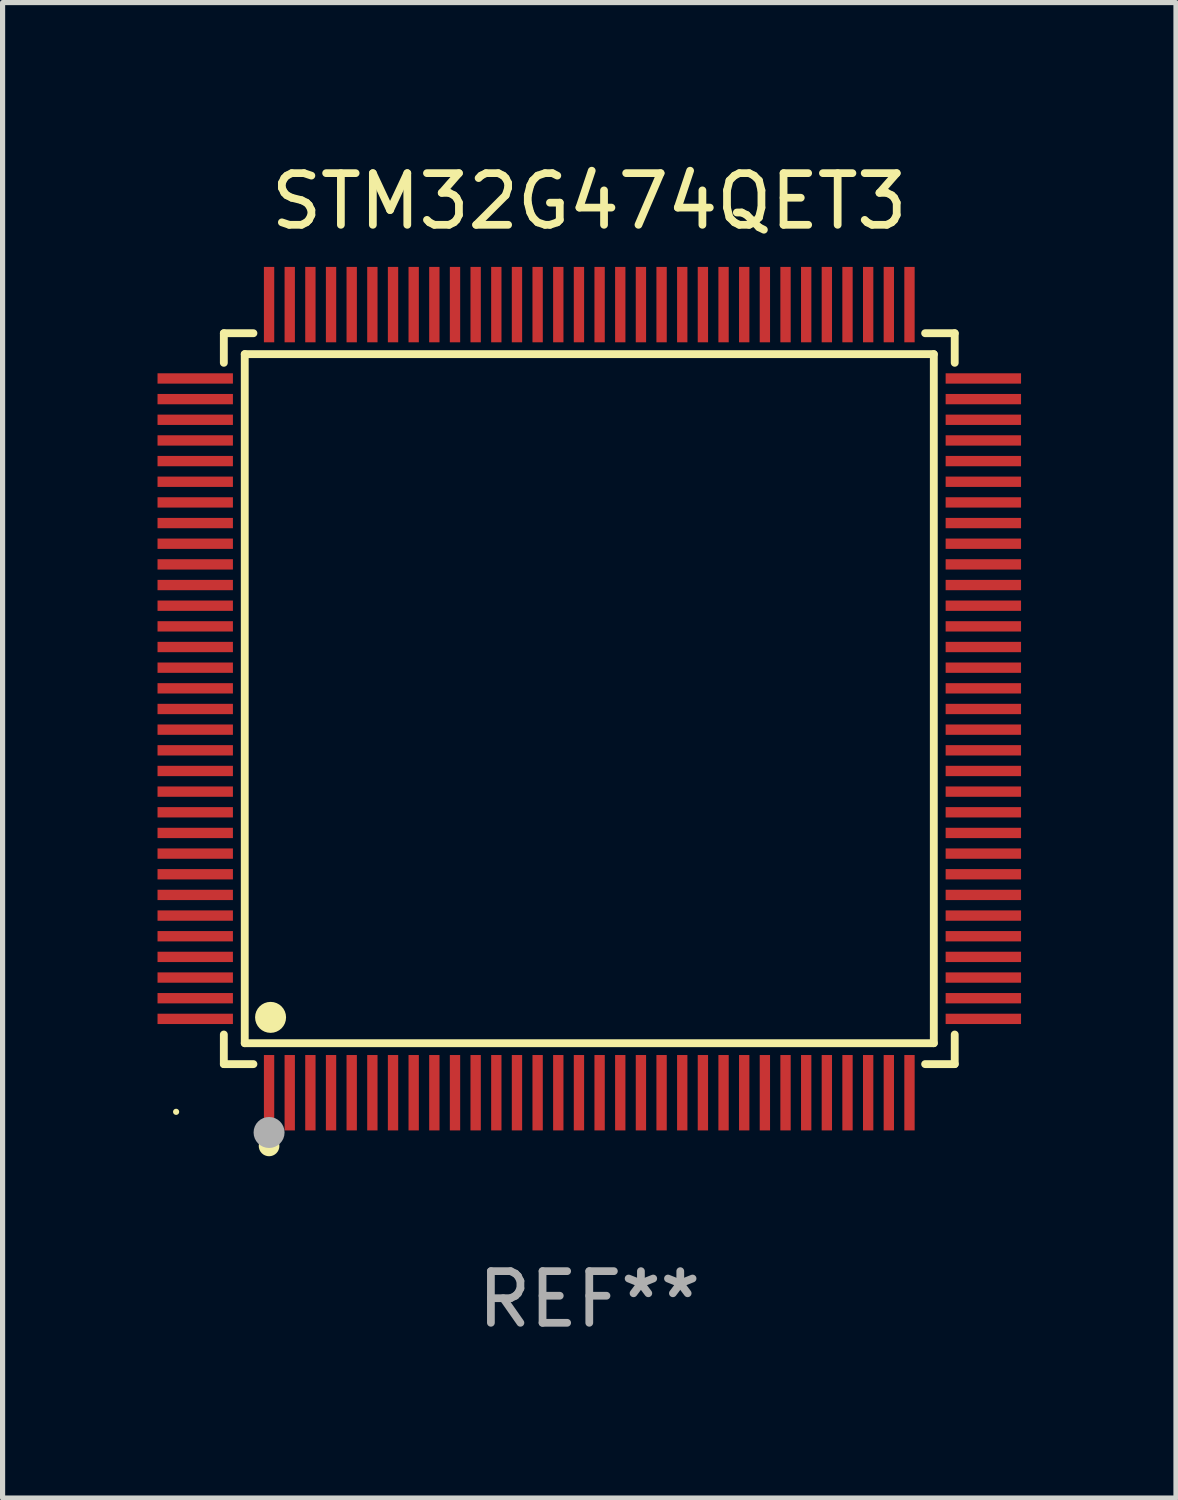
<source format=kicad_pcb>
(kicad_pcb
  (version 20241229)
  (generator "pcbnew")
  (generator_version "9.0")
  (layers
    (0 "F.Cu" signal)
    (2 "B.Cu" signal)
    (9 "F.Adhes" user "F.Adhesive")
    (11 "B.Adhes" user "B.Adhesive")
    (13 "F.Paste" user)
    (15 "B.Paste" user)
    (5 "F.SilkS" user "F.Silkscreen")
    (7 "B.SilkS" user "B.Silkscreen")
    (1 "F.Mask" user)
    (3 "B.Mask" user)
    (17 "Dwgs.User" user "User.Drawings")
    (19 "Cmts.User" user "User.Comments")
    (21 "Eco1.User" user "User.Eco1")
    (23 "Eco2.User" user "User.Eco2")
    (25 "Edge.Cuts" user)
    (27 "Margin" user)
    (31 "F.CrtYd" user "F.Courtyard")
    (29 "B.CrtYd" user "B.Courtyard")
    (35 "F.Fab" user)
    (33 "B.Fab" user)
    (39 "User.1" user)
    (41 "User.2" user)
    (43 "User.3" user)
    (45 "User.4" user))
  (footprint "STM32G474QET3"
    (layer "F.Cu")
    (at 8.36 10.478)
    (property "Reference" "STM32G474QET3" (at 0 -9.63 0) (layer "F.SilkS") (effects (font (size 1 1) (thickness 0.15))))
    (attr through_hole)
    (fp_line (start -7.076 -7.076) (end -6.503 -7.076) (stroke (width 0.152) (type solid)) (layer "F.SilkS"))
    (fp_line (start -7.076 -6.503) (end -7.076 -7.076) (stroke (width 0.152) (type solid)) (layer "F.SilkS"))
    (fp_line (start -7.076 6.503) (end -7.076 7.076) (stroke (width 0.152) (type solid)) (layer "F.SilkS"))
    (fp_line (start -7.076 7.076) (end -6.503 7.076) (stroke (width 0.152) (type solid)) (layer "F.SilkS"))
    (fp_line (start -6.671 -6.671) (end 6.671 -6.671) (stroke (width 0.152) (type solid)) (layer "F.SilkS"))
    (fp_line (start -6.671 6.671) (end -6.671 -6.671) (stroke (width 0.152) (type solid)) (layer "F.SilkS"))
    (fp_line (start 6.671 -6.671) (end 6.671 6.671) (stroke (width 0.152) (type solid)) (layer "F.SilkS"))
    (fp_line (start 6.671 6.671) (end -6.671 6.671) (stroke (width 0.152) (type solid)) (layer "F.SilkS"))
    (fp_line (start 7.076 -7.076) (end 6.503 -7.076) (stroke (width 0.152) (type solid)) (layer "F.SilkS"))
    (fp_line (start 7.076 -6.503) (end 7.076 -7.076) (stroke (width 0.152) (type solid)) (layer "F.SilkS"))
    (fp_line (start 7.076 6.503) (end 7.076 7.076) (stroke (width 0.152) (type solid)) (layer "F.SilkS"))
    (fp_line (start 7.076 7.076) (end 6.503 7.076) (stroke (width 0.152) (type solid)) (layer "F.SilkS"))
    (fp_circle (center -8 8) (end -7.97 8) (stroke (width 0.06) (type solid)) (fill no) (layer "F.SilkS"))
    (fp_circle (center -6.2 8.66) (end -6.1 8.66) (stroke (width 0.2) (type solid)) (fill no) (layer "F.SilkS"))
    (fp_circle (center -6.171 6.171) (end -6.021 6.171) (stroke (width 0.3) (type solid)) (fill no) (layer "F.SilkS"))
    (fp_circle (center -6.2 8.4) (end -6.05 8.4) (stroke (width 0.3) (type solid)) (fill no) (layer "F.Fab"))
    (fp_text user "REF**" (at 0 11.63 0) (layer "F.Fab") (effects (font (size 1 1) (thickness 0.15))))
    (pad "1" smd rect (at -6.2 7.63) (size 0.2 1.46) (layers "F.Cu" "F.Mask" "F.Paste"))
    (pad "2" smd rect (at -5.8 7.63) (size 0.2 1.46) (layers "F.Cu" "F.Mask" "F.Paste"))
    (pad "3" smd rect (at -5.4 7.63) (size 0.2 1.46) (layers "F.Cu" "F.Mask" "F.Paste"))
    (pad "4" smd rect (at -5 7.63) (size 0.2 1.46) (layers "F.Cu" "F.Mask" "F.Paste"))
    (pad "5" smd rect (at -4.6 7.63) (size 0.2 1.46) (layers "F.Cu" "F.Mask" "F.Paste"))
    (pad "6" smd rect (at -4.2 7.63) (size 0.2 1.46) (layers "F.Cu" "F.Mask" "F.Paste"))
    (pad "7" smd rect (at -3.8 7.63) (size 0.2 1.46) (layers "F.Cu" "F.Mask" "F.Paste"))
    (pad "8" smd rect (at -3.4 7.63) (size 0.2 1.46) (layers "F.Cu" "F.Mask" "F.Paste"))
    (pad "9" smd rect (at -3 7.63) (size 0.2 1.46) (layers "F.Cu" "F.Mask" "F.Paste"))
    (pad "10" smd rect (at -2.6 7.63) (size 0.2 1.46) (layers "F.Cu" "F.Mask" "F.Paste"))
    (pad "11" smd rect (at -2.2 7.63) (size 0.2 1.46) (layers "F.Cu" "F.Mask" "F.Paste"))
    (pad "12" smd rect (at -1.8 7.63) (size 0.2 1.46) (layers "F.Cu" "F.Mask" "F.Paste"))
    (pad "13" smd rect (at -1.4 7.63) (size 0.2 1.46) (layers "F.Cu" "F.Mask" "F.Paste"))
    (pad "14" smd rect (at -1 7.63) (size 0.2 1.46) (layers "F.Cu" "F.Mask" "F.Paste"))
    (pad "15" smd rect (at -0.6 7.63) (size 0.2 1.46) (layers "F.Cu" "F.Mask" "F.Paste"))
    (pad "16" smd rect (at -0.2 7.63) (size 0.2 1.46) (layers "F.Cu" "F.Mask" "F.Paste"))
    (pad "17" smd rect (at 0.2 7.63) (size 0.2 1.46) (layers "F.Cu" "F.Mask" "F.Paste"))
    (pad "18" smd rect (at 0.6 7.63) (size 0.2 1.46) (layers "F.Cu" "F.Mask" "F.Paste"))
    (pad "19" smd rect (at 1 7.63) (size 0.2 1.46) (layers "F.Cu" "F.Mask" "F.Paste"))
    (pad "20" smd rect (at 1.4 7.63) (size 0.2 1.46) (layers "F.Cu" "F.Mask" "F.Paste"))
    (pad "21" smd rect (at 1.8 7.63) (size 0.2 1.46) (layers "F.Cu" "F.Mask" "F.Paste"))
    (pad "22" smd rect (at 2.2 7.63) (size 0.2 1.46) (layers "F.Cu" "F.Mask" "F.Paste"))
    (pad "23" smd rect (at 2.6 7.63) (size 0.2 1.46) (layers "F.Cu" "F.Mask" "F.Paste"))
    (pad "24" smd rect (at 3 7.63) (size 0.2 1.46) (layers "F.Cu" "F.Mask" "F.Paste"))
    (pad "25" smd rect (at 3.4 7.63) (size 0.2 1.46) (layers "F.Cu" "F.Mask" "F.Paste"))
    (pad "26" smd rect (at 3.8 7.63) (size 0.2 1.46) (layers "F.Cu" "F.Mask" "F.Paste"))
    (pad "27" smd rect (at 4.2 7.63) (size 0.2 1.46) (layers "F.Cu" "F.Mask" "F.Paste"))
    (pad "28" smd rect (at 4.6 7.63) (size 0.2 1.46) (layers "F.Cu" "F.Mask" "F.Paste"))
    (pad "29" smd rect (at 5 7.63) (size 0.2 1.46) (layers "F.Cu" "F.Mask" "F.Paste"))
    (pad "30" smd rect (at 5.4 7.63) (size 0.2 1.46) (layers "F.Cu" "F.Mask" "F.Paste"))
    (pad "31" smd rect (at 5.8 7.63) (size 0.2 1.46) (layers "F.Cu" "F.Mask" "F.Paste"))
    (pad "32" smd rect (at 6.2 7.63) (size 0.2 1.46) (layers "F.Cu" "F.Mask" "F.Paste"))
    (pad "33" smd rect (at 7.63 6.2) (size 1.46 0.2) (layers "F.Cu" "F.Mask" "F.Paste"))
    (pad "34" smd rect (at 7.63 5.8) (size 1.46 0.2) (layers "F.Cu" "F.Mask" "F.Paste"))
    (pad "35" smd rect (at 7.63 5.4) (size 1.46 0.2) (layers "F.Cu" "F.Mask" "F.Paste"))
    (pad "36" smd rect (at 7.63 5) (size 1.46 0.2) (layers "F.Cu" "F.Mask" "F.Paste"))
    (pad "37" smd rect (at 7.63 4.6) (size 1.46 0.2) (layers "F.Cu" "F.Mask" "F.Paste"))
    (pad "38" smd rect (at 7.63 4.2) (size 1.46 0.2) (layers "F.Cu" "F.Mask" "F.Paste"))
    (pad "39" smd rect (at 7.63 3.8) (size 1.46 0.2) (layers "F.Cu" "F.Mask" "F.Paste"))
    (pad "40" smd rect (at 7.63 3.4) (size 1.46 0.2) (layers "F.Cu" "F.Mask" "F.Paste"))
    (pad "41" smd rect (at 7.63 3) (size 1.46 0.2) (layers "F.Cu" "F.Mask" "F.Paste"))
    (pad "42" smd rect (at 7.63 2.6) (size 1.46 0.2) (layers "F.Cu" "F.Mask" "F.Paste"))
    (pad "43" smd rect (at 7.63 2.2) (size 1.46 0.2) (layers "F.Cu" "F.Mask" "F.Paste"))
    (pad "44" smd rect (at 7.63 1.8) (size 1.46 0.2) (layers "F.Cu" "F.Mask" "F.Paste"))
    (pad "45" smd rect (at 7.63 1.4) (size 1.46 0.2) (layers "F.Cu" "F.Mask" "F.Paste"))
    (pad "46" smd rect (at 7.63 1) (size 1.46 0.2) (layers "F.Cu" "F.Mask" "F.Paste"))
    (pad "47" smd rect (at 7.63 0.6) (size 1.46 0.2) (layers "F.Cu" "F.Mask" "F.Paste"))
    (pad "48" smd rect (at 7.63 0.2) (size 1.46 0.2) (layers "F.Cu" "F.Mask" "F.Paste"))
    (pad "49" smd rect (at 7.63 -0.2) (size 1.46 0.2) (layers "F.Cu" "F.Mask" "F.Paste"))
    (pad "50" smd rect (at 7.63 -0.6) (size 1.46 0.2) (layers "F.Cu" "F.Mask" "F.Paste"))
    (pad "51" smd rect (at 7.63 -1) (size 1.46 0.2) (layers "F.Cu" "F.Mask" "F.Paste"))
    (pad "52" smd rect (at 7.63 -1.4) (size 1.46 0.2) (layers "F.Cu" "F.Mask" "F.Paste"))
    (pad "53" smd rect (at 7.63 -1.8) (size 1.46 0.2) (layers "F.Cu" "F.Mask" "F.Paste"))
    (pad "54" smd rect (at 7.63 -2.2) (size 1.46 0.2) (layers "F.Cu" "F.Mask" "F.Paste"))
    (pad "55" smd rect (at 7.63 -2.6) (size 1.46 0.2) (layers "F.Cu" "F.Mask" "F.Paste"))
    (pad "56" smd rect (at 7.63 -3) (size 1.46 0.2) (layers "F.Cu" "F.Mask" "F.Paste"))
    (pad "57" smd rect (at 7.63 -3.4) (size 1.46 0.2) (layers "F.Cu" "F.Mask" "F.Paste"))
    (pad "58" smd rect (at 7.63 -3.8) (size 1.46 0.2) (layers "F.Cu" "F.Mask" "F.Paste"))
    (pad "59" smd rect (at 7.63 -4.2) (size 1.46 0.2) (layers "F.Cu" "F.Mask" "F.Paste"))
    (pad "60" smd rect (at 7.63 -4.6) (size 1.46 0.2) (layers "F.Cu" "F.Mask" "F.Paste"))
    (pad "61" smd rect (at 7.63 -5) (size 1.46 0.2) (layers "F.Cu" "F.Mask" "F.Paste"))
    (pad "62" smd rect (at 7.63 -5.4) (size 1.46 0.2) (layers "F.Cu" "F.Mask" "F.Paste"))
    (pad "63" smd rect (at 7.63 -5.8) (size 1.46 0.2) (layers "F.Cu" "F.Mask" "F.Paste"))
    (pad "64" smd rect (at 7.63 -6.2) (size 1.46 0.2) (layers "F.Cu" "F.Mask" "F.Paste"))
    (pad "65" smd rect (at 6.2 -7.63) (size 0.2 1.46) (layers "F.Cu" "F.Mask" "F.Paste"))
    (pad "66" smd rect (at 5.8 -7.63) (size 0.2 1.46) (layers "F.Cu" "F.Mask" "F.Paste"))
    (pad "67" smd rect (at 5.4 -7.63) (size 0.2 1.46) (layers "F.Cu" "F.Mask" "F.Paste"))
    (pad "68" smd rect (at 5 -7.63) (size 0.2 1.46) (layers "F.Cu" "F.Mask" "F.Paste"))
    (pad "69" smd rect (at 4.6 -7.63) (size 0.2 1.46) (layers "F.Cu" "F.Mask" "F.Paste"))
    (pad "70" smd rect (at 4.2 -7.63) (size 0.2 1.46) (layers "F.Cu" "F.Mask" "F.Paste"))
    (pad "71" smd rect (at 3.8 -7.63) (size 0.2 1.46) (layers "F.Cu" "F.Mask" "F.Paste"))
    (pad "72" smd rect (at 3.4 -7.63) (size 0.2 1.46) (layers "F.Cu" "F.Mask" "F.Paste"))
    (pad "73" smd rect (at 3 -7.63) (size 0.2 1.46) (layers "F.Cu" "F.Mask" "F.Paste"))
    (pad "74" smd rect (at 2.6 -7.63) (size 0.2 1.46) (layers "F.Cu" "F.Mask" "F.Paste"))
    (pad "75" smd rect (at 2.2 -7.63) (size 0.2 1.46) (layers "F.Cu" "F.Mask" "F.Paste"))
    (pad "76" smd rect (at 1.8 -7.63) (size 0.2 1.46) (layers "F.Cu" "F.Mask" "F.Paste"))
    (pad "77" smd rect (at 1.4 -7.63) (size 0.2 1.46) (layers "F.Cu" "F.Mask" "F.Paste"))
    (pad "78" smd rect (at 1 -7.63) (size 0.2 1.46) (layers "F.Cu" "F.Mask" "F.Paste"))
    (pad "79" smd rect (at 0.6 -7.63) (size 0.2 1.46) (layers "F.Cu" "F.Mask" "F.Paste"))
    (pad "80" smd rect (at 0.2 -7.63) (size 0.2 1.46) (layers "F.Cu" "F.Mask" "F.Paste"))
    (pad "81" smd rect (at -0.2 -7.63) (size 0.2 1.46) (layers "F.Cu" "F.Mask" "F.Paste"))
    (pad "82" smd rect (at -0.6 -7.63) (size 0.2 1.46) (layers "F.Cu" "F.Mask" "F.Paste"))
    (pad "83" smd rect (at -1 -7.63) (size 0.2 1.46) (layers "F.Cu" "F.Mask" "F.Paste"))
    (pad "84" smd rect (at -1.4 -7.63) (size 0.2 1.46) (layers "F.Cu" "F.Mask" "F.Paste"))
    (pad "85" smd rect (at -1.8 -7.63) (size 0.2 1.46) (layers "F.Cu" "F.Mask" "F.Paste"))
    (pad "86" smd rect (at -2.2 -7.63) (size 0.2 1.46) (layers "F.Cu" "F.Mask" "F.Paste"))
    (pad "87" smd rect (at -2.6 -7.63) (size 0.2 1.46) (layers "F.Cu" "F.Mask" "F.Paste"))
    (pad "88" smd rect (at -3 -7.63) (size 0.2 1.46) (layers "F.Cu" "F.Mask" "F.Paste"))
    (pad "89" smd rect (at -3.4 -7.63) (size 0.2 1.46) (layers "F.Cu" "F.Mask" "F.Paste"))
    (pad "90" smd rect (at -3.8 -7.63) (size 0.2 1.46) (layers "F.Cu" "F.Mask" "F.Paste"))
    (pad "91" smd rect (at -4.2 -7.63) (size 0.2 1.46) (layers "F.Cu" "F.Mask" "F.Paste"))
    (pad "92" smd rect (at -4.6 -7.63) (size 0.2 1.46) (layers "F.Cu" "F.Mask" "F.Paste"))
    (pad "93" smd rect (at -5 -7.63) (size 0.2 1.46) (layers "F.Cu" "F.Mask" "F.Paste"))
    (pad "94" smd rect (at -5.4 -7.63) (size 0.2 1.46) (layers "F.Cu" "F.Mask" "F.Paste"))
    (pad "95" smd rect (at -5.8 -7.63) (size 0.2 1.46) (layers "F.Cu" "F.Mask" "F.Paste"))
    (pad "96" smd rect (at -6.2 -7.63) (size 0.2 1.46) (layers "F.Cu" "F.Mask" "F.Paste"))
    (pad "97" smd rect (at -7.63 -6.2) (size 1.46 0.2) (layers "F.Cu" "F.Mask" "F.Paste"))
    (pad "98" smd rect (at -7.63 -5.8) (size 1.46 0.2) (layers "F.Cu" "F.Mask" "F.Paste"))
    (pad "99" smd rect (at -7.63 -5.4) (size 1.46 0.2) (layers "F.Cu" "F.Mask" "F.Paste"))
    (pad "100" smd rect (at -7.63 -5) (size 1.46 0.2) (layers "F.Cu" "F.Mask" "F.Paste"))
    (pad "101" smd rect (at -7.63 -4.6) (size 1.46 0.2) (layers "F.Cu" "F.Mask" "F.Paste"))
    (pad "102" smd rect (at -7.63 -4.2) (size 1.46 0.2) (layers "F.Cu" "F.Mask" "F.Paste"))
    (pad "103" smd rect (at -7.63 -3.8) (size 1.46 0.2) (layers "F.Cu" "F.Mask" "F.Paste"))
    (pad "104" smd rect (at -7.63 -3.4) (size 1.46 0.2) (layers "F.Cu" "F.Mask" "F.Paste"))
    (pad "105" smd rect (at -7.63 -3) (size 1.46 0.2) (layers "F.Cu" "F.Mask" "F.Paste"))
    (pad "106" smd rect (at -7.63 -2.6) (size 1.46 0.2) (layers "F.Cu" "F.Mask" "F.Paste"))
    (pad "107" smd rect (at -7.63 -2.2) (size 1.46 0.2) (layers "F.Cu" "F.Mask" "F.Paste"))
    (pad "108" smd rect (at -7.63 -1.8) (size 1.46 0.2) (layers "F.Cu" "F.Mask" "F.Paste"))
    (pad "109" smd rect (at -7.63 -1.4) (size 1.46 0.2) (layers "F.Cu" "F.Mask" "F.Paste"))
    (pad "110" smd rect (at -7.63 -1) (size 1.46 0.2) (layers "F.Cu" "F.Mask" "F.Paste"))
    (pad "111" smd rect (at -7.63 -0.6) (size 1.46 0.2) (layers "F.Cu" "F.Mask" "F.Paste"))
    (pad "112" smd rect (at -7.63 -0.2) (size 1.46 0.2) (layers "F.Cu" "F.Mask" "F.Paste"))
    (pad "113" smd rect (at -7.63 0.2) (size 1.46 0.2) (layers "F.Cu" "F.Mask" "F.Paste"))
    (pad "114" smd rect (at -7.63 0.6) (size 1.46 0.2) (layers "F.Cu" "F.Mask" "F.Paste"))
    (pad "115" smd rect (at -7.63 1) (size 1.46 0.2) (layers "F.Cu" "F.Mask" "F.Paste"))
    (pad "116" smd rect (at -7.63 1.4) (size 1.46 0.2) (layers "F.Cu" "F.Mask" "F.Paste"))
    (pad "117" smd rect (at -7.63 1.8) (size 1.46 0.2) (layers "F.Cu" "F.Mask" "F.Paste"))
    (pad "118" smd rect (at -7.63 2.2) (size 1.46 0.2) (layers "F.Cu" "F.Mask" "F.Paste"))
    (pad "119" smd rect (at -7.63 2.6) (size 1.46 0.2) (layers "F.Cu" "F.Mask" "F.Paste"))
    (pad "120" smd rect (at -7.63 3) (size 1.46 0.2) (layers "F.Cu" "F.Mask" "F.Paste"))
    (pad "121" smd rect (at -7.63 3.4) (size 1.46 0.2) (layers "F.Cu" "F.Mask" "F.Paste"))
    (pad "122" smd rect (at -7.63 3.8) (size 1.46 0.2) (layers "F.Cu" "F.Mask" "F.Paste"))
    (pad "123" smd rect (at -7.63 4.2) (size 1.46 0.2) (layers "F.Cu" "F.Mask" "F.Paste"))
    (pad "124" smd rect (at -7.63 4.6) (size 1.46 0.2) (layers "F.Cu" "F.Mask" "F.Paste"))
    (pad "125" smd rect (at -7.63 5) (size 1.46 0.2) (layers "F.Cu" "F.Mask" "F.Paste"))
    (pad "126" smd rect (at -7.63 5.4) (size 1.46 0.2) (layers "F.Cu" "F.Mask" "F.Paste"))
    (pad "127" smd rect (at -7.63 5.8) (size 1.46 0.2) (layers "F.Cu" "F.Mask" "F.Paste"))
    (pad "128" smd rect (at -7.63 6.2) (size 1.46 0.2) (layers "F.Cu" "F.Mask" "F.Paste")))
  (gr_rect
    (start -3 -3)
    (end 19.72 25.956)
    (stroke (width 0.1) (type default))
    (fill no)
    (layer "Edge.Cuts")))
</source>
